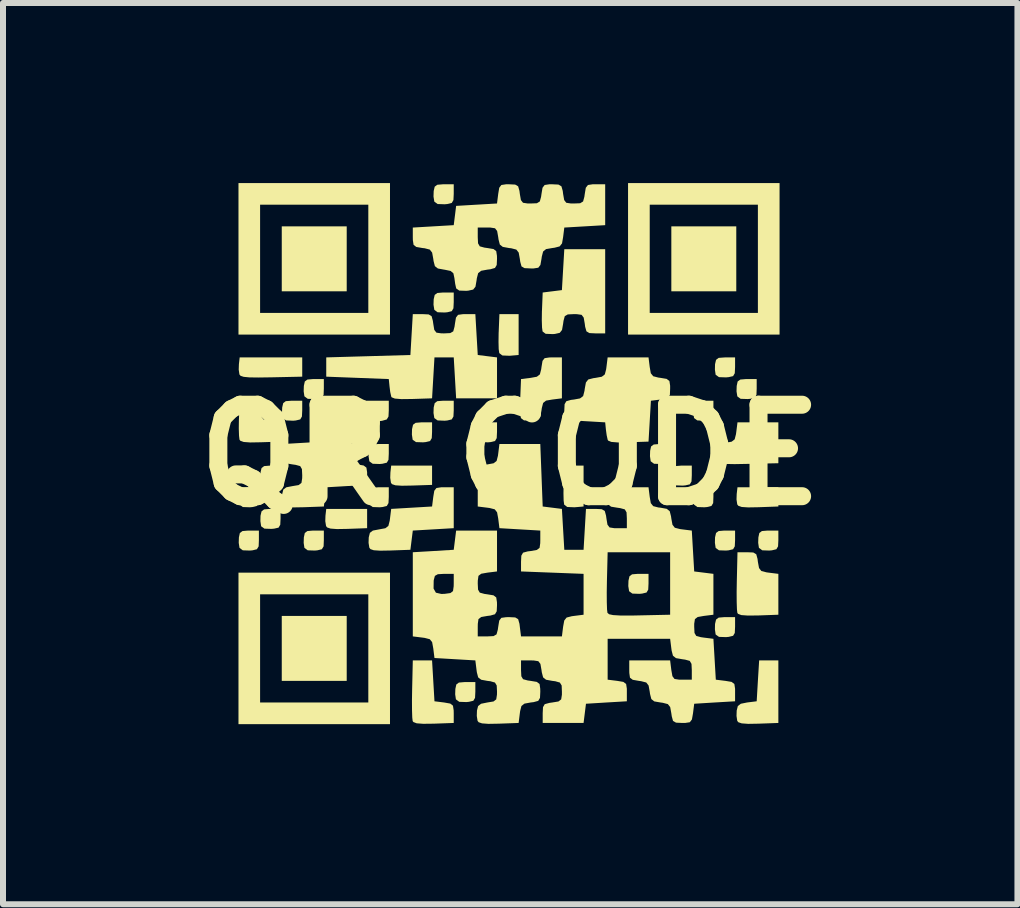
<source format=kicad_pcb>
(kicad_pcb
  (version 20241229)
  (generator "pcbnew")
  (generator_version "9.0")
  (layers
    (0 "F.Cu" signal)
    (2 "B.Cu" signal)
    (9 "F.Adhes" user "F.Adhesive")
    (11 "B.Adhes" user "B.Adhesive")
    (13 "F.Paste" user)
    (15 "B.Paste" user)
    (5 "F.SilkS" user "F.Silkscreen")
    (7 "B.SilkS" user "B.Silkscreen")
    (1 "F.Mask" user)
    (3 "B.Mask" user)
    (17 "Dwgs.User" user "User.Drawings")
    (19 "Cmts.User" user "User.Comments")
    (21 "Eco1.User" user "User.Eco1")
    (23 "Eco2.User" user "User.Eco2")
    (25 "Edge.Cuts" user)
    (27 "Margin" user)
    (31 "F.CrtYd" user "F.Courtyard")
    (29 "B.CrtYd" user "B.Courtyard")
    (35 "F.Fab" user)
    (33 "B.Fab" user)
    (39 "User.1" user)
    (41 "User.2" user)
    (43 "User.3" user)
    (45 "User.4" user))
  (footprint "QR CODE"
    (layer "F.Cu")
    (at 5.45 4.527)
    (property "Reference" "QR CODE" (at 0 0 0) (layer "F.SilkS") (effects (font (size 1.524 1.524) (thickness 0.3))))
    (attr board_only exclude_from_pos_files exclude_from_bom)
    (fp_poly (pts (xy -2.724 -2.724) (xy -3.806 -2.724) (xy -3.806 -3.806) (xy -2.724 -3.806)) (stroke (width 0) (type solid)) (fill yes) (layer "F.SilkS"))
    (fp_poly (pts (xy -2.724 3.766) (xy -3.806 3.766) (xy -3.806 2.684) (xy -2.724 2.684)) (stroke (width 0) (type solid)) (fill yes) (layer "F.SilkS"))
    (fp_poly (pts (xy 3.766 -2.724) (xy 2.684 -2.724) (xy 2.684 -3.806) (xy 3.766 -3.806)) (stroke (width 0) (type solid)) (fill yes) (layer "F.SilkS"))
    (fp_poly (pts (xy -2.384 1.222) (xy -2.715 1.234) (xy -2.887 1.237) (xy -2.994 1.229) (xy -3.05 1.21) (xy -3.068 1.187) (xy -3.081 1.105) (xy -3.078 1.015) (xy -3.065 0.901) (xy -2.384 0.901)) (stroke (width 0) (type solid)) (fill yes) (layer "F.SilkS"))
    (fp_poly (pts (xy -1.302 0.501) (xy -1.633 0.512) (xy -1.805 0.515) (xy -1.912 0.508) (xy -1.969 0.489) (xy -1.987 0.466) (xy -1.999 0.384) (xy -1.996 0.294) (xy -1.983 0.18) (xy -1.302 0.18)) (stroke (width 0) (type solid)) (fill yes) (layer "F.SilkS"))
    (fp_poly (pts (xy 0.14 -1.663) (xy -0.01 -1.65) (xy -0.131 -1.655) (xy -0.182 -1.694) (xy -0.192 -1.76) (xy -0.195 -1.881) (xy -0.193 -2.032) (xy -0.192 -2.047) (xy -0.18 -2.344) (xy 0.14 -2.344)) (stroke (width 0) (type solid)) (fill yes) (layer "F.SilkS"))
    (fp_poly (pts (xy 1.222 0.861) (xy 1.071 0.874) (xy 0.95 0.869) (xy 0.899 0.83) (xy 0.89 0.764) (xy 0.887 0.643) (xy 0.889 0.492) (xy 0.89 0.477) (xy 0.901 0.18) (xy 1.222 0.18)) (stroke (width 0) (type solid)) (fill yes) (layer "F.SilkS"))
    (fp_poly (pts (xy 4.467 0.861) (xy 4.136 0.873) (xy 3.964 0.876) (xy 3.857 0.869) (xy 3.8 0.849) (xy 3.782 0.826) (xy 3.77 0.744) (xy 3.773 0.654) (xy 3.786 0.541) (xy 4.467 0.541)) (stroke (width 0) (type solid)) (fill yes) (layer "F.SilkS"))
    (fp_poly (pts (xy -3.465 -1.302) (xy -3.977 -1.291) (xy -4.195 -1.288) (xy -4.346 -1.29) (xy -4.44 -1.299) (xy -4.492 -1.316) (xy -4.511 -1.338) (xy -4.523 -1.419) (xy -4.52 -1.509) (xy -4.507 -1.623) (xy -3.465 -1.623)) (stroke (width 0) (type solid)) (fill yes) (layer "F.SilkS"))
    (fp_poly (pts (xy -2.003 -2.003) (xy -4.527 -2.003) (xy -4.527 -2.364) (xy -4.167 -2.364) (xy -2.364 -2.364) (xy -2.364 -4.167) (xy -4.167 -4.167) (xy -4.167 -2.364) (xy -4.527 -2.364) (xy -4.527 -4.527) (xy -2.003 -4.527)) (stroke (width 0) (type solid)) (fill yes) (layer "F.SilkS"))
    (fp_poly (pts (xy -2.003 4.487) (xy -4.527 4.487) (xy -4.527 4.126) (xy -4.167 4.126) (xy -2.364 4.126) (xy -2.364 2.324) (xy -4.167 2.324) (xy -4.167 4.126) (xy -4.527 4.126) (xy -4.527 1.963) (xy -2.003 1.963)) (stroke (width 0) (type solid)) (fill yes) (layer "F.SilkS"))
    (fp_poly (pts (xy 4.487 -2.003) (xy 1.963 -2.003) (xy 1.963 -2.364) (xy 2.324 -2.364) (xy 4.126 -2.364) (xy 4.126 -4.167) (xy 2.324 -4.167) (xy 2.324 -2.364) (xy 1.963 -2.364) (xy 1.963 -4.527) (xy 4.487 -4.527)) (stroke (width 0) (type solid)) (fill yes) (layer "F.SilkS"))
    (fp_poly (pts (xy -4.187 0.701) (xy -4.191 0.804) (xy -4.22 0.852) (xy -4.293 0.87) (xy -4.337 0.874) (xy -4.455 0.87) (xy -4.509 0.83) (xy -4.51 0.827) (xy -4.523 0.745) (xy -4.52 0.654) (xy -4.504 0.581) (xy -4.46 0.549) (xy -4.365 0.541) (xy -4.347 0.541) (xy -4.187 0.541)) (stroke (width 0) (type solid)) (fill yes) (layer "F.SilkS"))
    (fp_poly (pts (xy -4.187 1.422) (xy -4.191 1.525) (xy -4.22 1.573) (xy -4.293 1.591) (xy -4.337 1.595) (xy -4.455 1.591) (xy -4.509 1.551) (xy -4.51 1.548) (xy -4.523 1.466) (xy -4.52 1.376) (xy -4.504 1.302) (xy -4.46 1.27) (xy -4.365 1.262) (xy -4.347 1.262) (xy -4.187 1.262)) (stroke (width 0) (type solid)) (fill yes) (layer "F.SilkS"))
    (fp_poly (pts (xy -3.826 0.341) (xy -3.831 0.444) (xy -3.859 0.492) (xy -3.933 0.509) (xy -3.977 0.513) (xy -4.094 0.509) (xy -4.149 0.47) (xy -4.15 0.467) (xy -4.162 0.384) (xy -4.16 0.294) (xy -4.143 0.221) (xy -4.1 0.188) (xy -4.005 0.18) (xy -3.986 0.18) (xy -3.826 0.18)) (stroke (width 0) (type solid)) (fill yes) (layer "F.SilkS"))
    (fp_poly (pts (xy -3.826 1.062) (xy -3.831 1.165) (xy -3.859 1.213) (xy -3.933 1.23) (xy -3.977 1.234) (xy -4.094 1.23) (xy -4.149 1.191) (xy -4.15 1.188) (xy -4.162 1.105) (xy -4.16 1.015) (xy -4.143 0.942) (xy -4.1 0.909) (xy -4.005 0.901) (xy -3.986 0.901) (xy -3.826 0.901)) (stroke (width 0) (type solid)) (fill yes) (layer "F.SilkS"))
    (fp_poly (pts (xy -3.465 -0.741) (xy -3.47 -0.638) (xy -3.498 -0.59) (xy -3.572 -0.572) (xy -3.616 -0.568) (xy -3.734 -0.573) (xy -3.788 -0.612) (xy -3.789 -0.615) (xy -3.802 -0.698) (xy -3.799 -0.788) (xy -3.782 -0.861) (xy -3.739 -0.894) (xy -3.644 -0.901) (xy -3.626 -0.901) (xy -3.465 -0.901)) (stroke (width 0) (type solid)) (fill yes) (layer "F.SilkS"))
    (fp_poly (pts (xy -3.105 -1.102) (xy -3.109 -0.999) (xy -3.138 -0.951) (xy -3.212 -0.933) (xy -3.255 -0.929) (xy -3.373 -0.933) (xy -3.427 -0.973) (xy -3.429 -0.976) (xy -3.441 -1.058) (xy -3.438 -1.148) (xy -3.422 -1.222) (xy -3.379 -1.254) (xy -3.284 -1.262) (xy -3.265 -1.262) (xy -3.105 -1.262)) (stroke (width 0) (type solid)) (fill yes) (layer "F.SilkS"))
    (fp_poly (pts (xy -3.105 1.422) (xy -3.109 1.525) (xy -3.138 1.573) (xy -3.212 1.591) (xy -3.255 1.595) (xy -3.373 1.591) (xy -3.427 1.551) (xy -3.429 1.548) (xy -3.441 1.466) (xy -3.438 1.376) (xy -3.422 1.302) (xy -3.379 1.27) (xy -3.284 1.262) (xy -3.265 1.262) (xy -3.105 1.262)) (stroke (width 0) (type solid)) (fill yes) (layer "F.SilkS"))
    (fp_poly (pts (xy -2.023 -0.02) (xy -2.028 0.083) (xy -2.056 0.131) (xy -2.13 0.149) (xy -2.174 0.153) (xy -2.291 0.149) (xy -2.346 0.109) (xy -2.347 0.106) (xy -2.36 0.023) (xy -2.357 -0.067) (xy -2.34 -0.14) (xy -2.297 -0.172) (xy -2.202 -0.18) (xy -2.183 -0.18) (xy -2.023 -0.18)) (stroke (width 0) (type solid)) (fill yes) (layer "F.SilkS"))
    (fp_poly (pts (xy -2.023 0.701) (xy -2.028 0.804) (xy -2.056 0.852) (xy -2.13 0.87) (xy -2.174 0.874) (xy -2.291 0.87) (xy -2.346 0.83) (xy -2.347 0.827) (xy -2.36 0.745) (xy -2.357 0.654) (xy -2.34 0.581) (xy -2.297 0.549) (xy -2.202 0.541) (xy -2.183 0.541) (xy -2.023 0.541)) (stroke (width 0) (type solid)) (fill yes) (layer "F.SilkS"))
    (fp_poly (pts (xy -1.302 -0.381) (xy -1.307 -0.278) (xy -1.335 -0.23) (xy -1.409 -0.212) (xy -1.453 -0.208) (xy -1.57 -0.212) (xy -1.625 -0.251) (xy -1.626 -0.255) (xy -1.638 -0.337) (xy -1.636 -0.427) (xy -1.619 -0.501) (xy -1.576 -0.533) (xy -1.481 -0.541) (xy -1.462 -0.541) (xy -1.302 -0.541)) (stroke (width 0) (type solid)) (fill yes) (layer "F.SilkS"))
    (fp_poly (pts (xy -0.941 -4.347) (xy -0.946 -4.244) (xy -0.974 -4.196) (xy -1.048 -4.178) (xy -1.092 -4.174) (xy -1.21 -4.178) (xy -1.264 -4.218) (xy -1.265 -4.221) (xy -1.278 -4.303) (xy -1.275 -4.394) (xy -1.258 -4.467) (xy -1.215 -4.499) (xy -1.12 -4.507) (xy -1.102 -4.507) (xy -0.941 -4.507)) (stroke (width 0) (type solid)) (fill yes) (layer "F.SilkS"))
    (fp_poly (pts (xy -0.941 -2.544) (xy -0.946 -2.441) (xy -0.974 -2.393) (xy -1.048 -2.375) (xy -1.092 -2.371) (xy -1.21 -2.375) (xy -1.264 -2.415) (xy -1.265 -2.418) (xy -1.278 -2.501) (xy -1.275 -2.591) (xy -1.258 -2.664) (xy -1.215 -2.696) (xy -1.12 -2.704) (xy -1.102 -2.704) (xy -0.941 -2.704)) (stroke (width 0) (type solid)) (fill yes) (layer "F.SilkS"))
    (fp_poly (pts (xy -0.941 -0.741) (xy -0.946 -0.638) (xy -0.974 -0.59) (xy -1.048 -0.572) (xy -1.092 -0.568) (xy -1.21 -0.573) (xy -1.264 -0.612) (xy -1.265 -0.615) (xy -1.278 -0.698) (xy -1.275 -0.788) (xy -1.258 -0.861) (xy -1.215 -0.894) (xy -1.12 -0.901) (xy -1.102 -0.901) (xy -0.941 -0.901)) (stroke (width 0) (type solid)) (fill yes) (layer "F.SilkS"))
    (fp_poly (pts (xy -0.581 3.946) (xy -0.586 4.049) (xy -0.614 4.097) (xy -0.688 4.115) (xy -0.731 4.119) (xy -0.849 4.115) (xy -0.903 4.075) (xy -0.905 4.072) (xy -0.917 3.99) (xy -0.914 3.9) (xy -0.898 3.826) (xy -0.855 3.794) (xy -0.76 3.786) (xy -0.741 3.786) (xy -0.581 3.786)) (stroke (width 0) (type solid)) (fill yes) (layer "F.SilkS"))
    (fp_poly (pts (xy -0.22 -0.381) (xy -0.225 -0.278) (xy -0.253 -0.23) (xy -0.327 -0.212) (xy -0.371 -0.208) (xy -0.489 -0.212) (xy -0.543 -0.251) (xy -0.544 -0.255) (xy -0.557 -0.337) (xy -0.554 -0.427) (xy -0.537 -0.501) (xy -0.494 -0.533) (xy -0.399 -0.541) (xy -0.381 -0.541) (xy -0.22 -0.541)) (stroke (width 0) (type solid)) (fill yes) (layer "F.SilkS"))
    (fp_poly (pts (xy 2.304 2.143) (xy 2.299 2.246) (xy 2.271 2.294) (xy 2.197 2.312) (xy 2.153 2.316) (xy 2.035 2.312) (xy 1.981 2.273) (xy 1.98 2.269) (xy 1.967 2.187) (xy 1.97 2.097) (xy 1.987 2.023) (xy 2.03 1.991) (xy 2.125 1.983) (xy 2.143 1.983) (xy 2.304 1.983)) (stroke (width 0) (type solid)) (fill yes) (layer "F.SilkS"))
    (fp_poly (pts (xy 2.664 -0.02) (xy 2.66 0.083) (xy 2.631 0.131) (xy 2.558 0.149) (xy 2.514 0.153) (xy 2.396 0.149) (xy 2.342 0.109) (xy 2.34 0.106) (xy 2.328 0.023) (xy 2.331 -0.067) (xy 2.347 -0.14) (xy 2.391 -0.172) (xy 2.486 -0.18) (xy 2.504 -0.18) (xy 2.664 -0.18)) (stroke (width 0) (type solid)) (fill yes) (layer "F.SilkS"))
    (fp_poly (pts (xy 3.025 0.341) (xy 3.02 0.444) (xy 2.992 0.492) (xy 2.918 0.509) (xy 2.874 0.513) (xy 2.757 0.509) (xy 2.702 0.47) (xy 2.701 0.467) (xy 2.688 0.384) (xy 2.691 0.294) (xy 2.708 0.221) (xy 2.751 0.188) (xy 2.846 0.18) (xy 2.865 0.18) (xy 3.025 0.18)) (stroke (width 0) (type solid)) (fill yes) (layer "F.SilkS"))
    (fp_poly (pts (xy 3.385 -0.741) (xy 3.381 -0.638) (xy 3.352 -0.59) (xy 3.279 -0.572) (xy 3.235 -0.568) (xy 3.117 -0.573) (xy 3.063 -0.612) (xy 3.062 -0.615) (xy 3.049 -0.698) (xy 3.052 -0.788) (xy 3.068 -0.861) (xy 3.112 -0.894) (xy 3.207 -0.901) (xy 3.225 -0.901) (xy 3.385 -0.901)) (stroke (width 0) (type solid)) (fill yes) (layer "F.SilkS"))
    (fp_poly (pts (xy 3.385 0.701) (xy 3.381 0.804) (xy 3.352 0.852) (xy 3.279 0.87) (xy 3.235 0.874) (xy 3.117 0.87) (xy 3.063 0.83) (xy 3.062 0.827) (xy 3.049 0.745) (xy 3.052 0.654) (xy 3.068 0.581) (xy 3.112 0.549) (xy 3.207 0.541) (xy 3.225 0.541) (xy 3.385 0.541)) (stroke (width 0) (type solid)) (fill yes) (layer "F.SilkS"))
    (fp_poly (pts (xy 3.746 -1.462) (xy 3.741 -1.359) (xy 3.713 -1.311) (xy 3.639 -1.294) (xy 3.595 -1.29) (xy 3.478 -1.294) (xy 3.423 -1.333) (xy 3.422 -1.336) (xy 3.41 -1.419) (xy 3.412 -1.509) (xy 3.429 -1.582) (xy 3.472 -1.615) (xy 3.567 -1.622) (xy 3.586 -1.623) (xy 3.746 -1.623)) (stroke (width 0) (type solid)) (fill yes) (layer "F.SilkS"))
    (fp_poly (pts (xy 3.746 1.422) (xy 3.741 1.525) (xy 3.713 1.573) (xy 3.639 1.591) (xy 3.595 1.595) (xy 3.478 1.591) (xy 3.423 1.551) (xy 3.422 1.548) (xy 3.41 1.466) (xy 3.412 1.376) (xy 3.429 1.302) (xy 3.472 1.27) (xy 3.567 1.262) (xy 3.586 1.262) (xy 3.746 1.262)) (stroke (width 0) (type solid)) (fill yes) (layer "F.SilkS"))
    (fp_poly (pts (xy 3.746 2.865) (xy 3.741 2.968) (xy 3.713 3.015) (xy 3.639 3.033) (xy 3.595 3.037) (xy 3.478 3.033) (xy 3.423 2.994) (xy 3.422 2.991) (xy 3.41 2.908) (xy 3.412 2.818) (xy 3.429 2.745) (xy 3.472 2.712) (xy 3.567 2.704) (xy 3.586 2.704) (xy 3.746 2.704)) (stroke (width 0) (type solid)) (fill yes) (layer "F.SilkS"))
    (fp_poly (pts (xy 4.106 -1.102) (xy 4.102 -0.999) (xy 4.074 -0.951) (xy 4 -0.933) (xy 3.956 -0.929) (xy 3.838 -0.933) (xy 3.784 -0.973) (xy 3.783 -0.976) (xy 3.77 -1.058) (xy 3.773 -1.148) (xy 3.789 -1.222) (xy 3.833 -1.254) (xy 3.928 -1.262) (xy 3.946 -1.262) (xy 4.106 -1.262)) (stroke (width 0) (type solid)) (fill yes) (layer "F.SilkS"))
    (fp_poly (pts (xy 4.467 1.422) (xy 4.462 1.525) (xy 4.434 1.573) (xy 4.36 1.591) (xy 4.316 1.595) (xy 4.199 1.591) (xy 4.145 1.551) (xy 4.143 1.548) (xy 4.131 1.466) (xy 4.134 1.376) (xy 4.15 1.302) (xy 4.193 1.27) (xy 4.288 1.262) (xy 4.307 1.262) (xy 4.467 1.262)) (stroke (width 0) (type solid)) (fill yes) (layer "F.SilkS"))
    (fp_poly (pts (xy 4.467 4.467) (xy 4.136 4.479) (xy 3.964 4.482) (xy 3.857 4.474) (xy 3.8 4.455) (xy 3.782 4.432) (xy 3.77 4.35) (xy 3.773 4.26) (xy 3.792 4.185) (xy 3.842 4.147) (xy 3.946 4.126) (xy 4.106 4.106) (xy 4.126 3.766) (xy 4.147 3.425) (xy 4.467 3.425)) (stroke (width 0) (type solid)) (fill yes) (layer "F.SilkS"))
    (fp_poly (pts (xy 4.467 0.14) (xy 3.955 0.151) (xy 3.737 0.155) (xy 3.587 0.152) (xy 3.492 0.143) (xy 3.441 0.127) (xy 3.422 0.105) (xy 3.409 0.023) (xy 3.412 -0.067) (xy 3.431 -0.142) (xy 3.482 -0.18) (xy 3.586 -0.2) (xy 3.689 -0.219) (xy 3.739 -0.258) (xy 3.761 -0.344) (xy 3.766 -0.381) (xy 3.786 -0.541) (xy 4.467 -0.541)) (stroke (width 0) (type solid)) (fill yes) (layer "F.SilkS"))
    (fp_poly (pts (xy -1.282 3.766) (xy -1.262 4.106) (xy -1.102 4.126) (xy -0.999 4.144) (xy -0.954 4.179) (xy -0.942 4.257) (xy -0.941 4.307) (xy -0.941 4.467) (xy -1.273 4.479) (xy -1.449 4.481) (xy -1.558 4.473) (xy -1.613 4.452) (xy -1.625 4.436) (xy -1.632 4.377) (xy -1.636 4.255) (xy -1.637 4.089) (xy -1.634 3.904) (xy -1.623 3.425) (xy -1.302 3.425)) (stroke (width 0) (type solid)) (fill yes) (layer "F.SilkS"))
    (fp_poly (pts (xy 4.049 1.627) (xy 4.099 1.657) (xy 4.12 1.734) (xy 4.126 1.783) (xy 4.145 1.886) (xy 4.184 1.936) (xy 4.27 1.958) (xy 4.307 1.963) (xy 4.467 1.983) (xy 4.467 2.664) (xy 4.136 2.676) (xy 3.96 2.678) (xy 3.85 2.67) (xy 3.795 2.649) (xy 3.784 2.633) (xy 3.777 2.574) (xy 3.773 2.452) (xy 3.772 2.286) (xy 3.775 2.101) (xy 3.786 1.623) (xy 3.946 1.623)) (stroke (width 0) (type solid)) (fill yes) (layer "F.SilkS"))
    (fp_poly (pts (xy -4.244 -0.897) (xy -4.195 -0.867) (xy -4.173 -0.79) (xy -4.167 -0.741) (xy -4.148 -0.638) (xy -4.109 -0.588) (xy -4.023 -0.566) (xy -3.986 -0.561) (xy -3.884 -0.543) (xy -3.838 -0.508) (xy -3.826 -0.43) (xy -3.826 -0.381) (xy -3.826 -0.22) (xy -4.157 -0.209) (xy -4.332 -0.206) (xy -4.44 -0.214) (xy -4.496 -0.234) (xy -4.51 -0.253) (xy -4.518 -0.318) (xy -4.522 -0.438) (xy -4.52 -0.589) (xy -4.519 -0.605) (xy -4.507 -0.901) (xy -4.347 -0.901)) (stroke (width 0) (type solid)) (fill yes) (layer "F.SilkS"))
    (fp_poly (pts (xy 0.861 -0.941) (xy 0.701 -0.921) (xy 0.597 -0.903) (xy 0.548 -0.864) (xy 0.526 -0.778) (xy 0.521 -0.741) (xy 0.502 -0.638) (xy 0.465 -0.59) (xy 0.384 -0.572) (xy 0.35 -0.568) (xy 0.229 -0.574) (xy 0.178 -0.612) (xy 0.169 -0.678) (xy 0.165 -0.799) (xy 0.168 -0.95) (xy 0.168 -0.965) (xy 0.18 -1.262) (xy 0.341 -1.282) (xy 0.444 -1.301) (xy 0.494 -1.34) (xy 0.516 -1.425) (xy 0.521 -1.462) (xy 0.538 -1.565) (xy 0.573 -1.61) (xy 0.652 -1.622) (xy 0.701 -1.623) (xy 0.861 -1.623)) (stroke (width 0) (type solid)) (fill yes) (layer "F.SilkS"))
    (fp_poly (pts (xy -0.941 1.222) (xy -1.282 1.242) (xy -1.623 1.262) (xy -1.643 1.422) (xy -1.663 1.582) (xy -1.994 1.594) (xy -2.166 1.597) (xy -2.273 1.59) (xy -2.329 1.571) (xy -2.347 1.547) (xy -2.36 1.466) (xy -2.357 1.376) (xy -2.338 1.3) (xy -2.288 1.262) (xy -2.183 1.242) (xy -2.08 1.223) (xy -2.03 1.184) (xy -2.008 1.099) (xy -2.003 1.062) (xy -1.983 0.901) (xy -1.643 0.881) (xy -1.302 0.861) (xy -1.282 0.701) (xy -1.265 0.599) (xy -1.229 0.553) (xy -1.151 0.541) (xy -1.102 0.541) (xy -0.941 0.541)) (stroke (width 0) (type solid)) (fill yes) (layer "F.SilkS"))
    (fp_poly (pts (xy 1.582 -2.023) (xy 1.422 -2.023) (xy 1.319 -2.028) (xy 1.27 -2.057) (xy 1.248 -2.134) (xy 1.242 -2.183) (xy 1.224 -2.286) (xy 1.189 -2.332) (xy 1.111 -2.343) (xy 1.062 -2.344) (xy 0.959 -2.339) (xy 0.909 -2.31) (xy 0.888 -2.233) (xy 0.881 -2.183) (xy 0.863 -2.08) (xy 0.825 -2.032) (xy 0.745 -2.014) (xy 0.711 -2.011) (xy 0.59 -2.016) (xy 0.539 -2.055) (xy 0.53 -2.12) (xy 0.526 -2.241) (xy 0.528 -2.392) (xy 0.529 -2.408) (xy 0.541 -2.704) (xy 0.701 -2.724) (xy 0.861 -2.744) (xy 0.881 -3.085) (xy 0.901 -3.425) (xy 1.582 -3.425)) (stroke (width 0) (type solid)) (fill yes) (layer "F.SilkS"))
    (fp_poly (pts (xy -1.359 -2.339) (xy -1.31 -2.31) (xy -1.289 -2.233) (xy -1.282 -2.183) (xy -1.265 -2.081) (xy -1.229 -2.035) (xy -1.151 -2.024) (xy -1.102 -2.023) (xy -0.999 -2.028) (xy -0.949 -2.057) (xy -0.928 -2.134) (xy -0.921 -2.183) (xy -0.904 -2.286) (xy -0.869 -2.332) (xy -0.79 -2.343) (xy -0.741 -2.344) (xy -0.581 -2.344) (xy -0.561 -2.003) (xy -0.541 -1.663) (xy -0.381 -1.643) (xy -0.22 -1.623) (xy -0.22 -0.941) (xy -0.901 -0.941) (xy -0.921 -1.282) (xy -0.941 -1.623) (xy -1.262 -1.623) (xy -1.282 -1.282) (xy -1.302 -0.941) (xy -1.633 -0.93) (xy -1.812 -0.928) (xy -1.922 -0.937) (xy -1.975 -0.958) (xy -1.982 -0.97) (xy -1.999 -1.046) (xy -2.011 -1.142) (xy -2.023 -1.262) (xy -2.544 -1.282) (xy -3.065 -1.302) (xy -3.065 -1.623) (xy -2.364 -1.643) (xy -1.663 -1.663) (xy -1.643 -2.003) (xy -1.623 -2.344) (xy -1.462 -2.344)) (stroke (width 0) (type solid)) (fill yes) (layer "F.SilkS"))
    (fp_poly (pts (xy 2.324 -1.462) (xy 2.342 -1.359) (xy 2.382 -1.309) (xy 2.467 -1.287) (xy 2.504 -1.282) (xy 2.606 -1.265) (xy 2.652 -1.229) (xy 2.664 -1.151) (xy 2.664 -1.102) (xy 2.66 -0.999) (xy 2.63 -0.949) (xy 2.553 -0.928) (xy 2.504 -0.921) (xy 2.344 -0.901) (xy 2.324 -0.561) (xy 2.304 -0.22) (xy 1.972 -0.209) (xy 1.794 -0.206) (xy 1.684 -0.215) (xy 1.631 -0.237) (xy 1.624 -0.249) (xy 1.607 -0.325) (xy 1.594 -0.421) (xy 1.582 -0.541) (xy 1.242 -0.561) (xy 0.901 -0.581) (xy 0.901 -0.741) (xy 0.906 -0.844) (xy 0.935 -0.893) (xy 1.012 -0.915) (xy 1.062 -0.921) (xy 1.165 -0.94) (xy 1.215 -0.979) (xy 1.237 -1.065) (xy 1.242 -1.102) (xy 1.261 -1.205) (xy 1.3 -1.255) (xy 1.385 -1.277) (xy 1.422 -1.282) (xy 1.526 -1.301) (xy 1.576 -1.34) (xy 1.598 -1.425) (xy 1.603 -1.462) (xy 1.623 -1.623) (xy 2.304 -1.623)) (stroke (width 0) (type solid)) (fill yes) (layer "F.SilkS"))
    (fp_poly (pts (xy -2.023 -0.741) (xy -2.028 -0.638) (xy -2.057 -0.589) (xy -2.134 -0.567) (xy -2.183 -0.561) (xy -2.287 -0.542) (xy -2.337 -0.503) (xy -2.359 -0.418) (xy -2.364 -0.381) (xy -2.383 -0.277) (xy -2.422 -0.227) (xy -2.507 -0.205) (xy -2.544 -0.2) (xy -2.646 -0.183) (xy -2.692 -0.148) (xy -2.704 -0.069) (xy -2.704 -0.02) (xy -2.7 0.083) (xy -2.67 0.132) (xy -2.593 0.154) (xy -2.544 0.16) (xy -2.442 0.178) (xy -2.396 0.213) (xy -2.384 0.291) (xy -2.384 0.341) (xy -2.384 0.501) (xy -2.724 0.521) (xy -3.065 0.541) (xy -3.085 0.701) (xy -3.105 0.861) (xy -3.436 0.873) (xy -3.608 0.876) (xy -3.715 0.869) (xy -3.771 0.849) (xy -3.79 0.826) (xy -3.802 0.744) (xy -3.799 0.654) (xy -3.78 0.579) (xy -3.73 0.541) (xy -3.626 0.521) (xy -3.523 0.503) (xy -3.478 0.468) (xy -3.466 0.39) (xy -3.465 0.341) (xy -3.47 0.238) (xy -3.499 0.188) (xy -3.576 0.167) (xy -3.626 0.16) (xy -3.728 0.143) (xy -3.774 0.108) (xy -3.786 0.029) (xy -3.786 -0.02) (xy -3.786 -0.18) (xy -3.445 -0.2) (xy -3.105 -0.22) (xy -3.085 -0.561) (xy -3.065 -0.901) (xy -2.023 -0.901)) (stroke (width 0) (type solid)) (fill yes) (layer "F.SilkS"))
    (fp_poly (pts (xy 1.582 -3.826) (xy 1.242 -3.806) (xy 0.901 -3.786) (xy 0.881 -3.626) (xy 0.863 -3.522) (xy 0.823 -3.472) (xy 0.738 -3.45) (xy 0.701 -3.445) (xy 0.597 -3.427) (xy 0.548 -3.387) (xy 0.526 -3.302) (xy 0.521 -3.265) (xy 0.503 -3.163) (xy 0.468 -3.117) (xy 0.39 -3.105) (xy 0.341 -3.105) (xy 0.238 -3.11) (xy 0.188 -3.139) (xy 0.167 -3.216) (xy 0.16 -3.265) (xy 0.141 -3.369) (xy 0.102 -3.419) (xy 0.017 -3.441) (xy -0.02 -3.445) (xy -0.124 -3.464) (xy -0.173 -3.503) (xy -0.195 -3.589) (xy -0.2 -3.626) (xy -0.218 -3.728) (xy -0.253 -3.774) (xy -0.331 -3.786) (xy -0.381 -3.786) (xy -0.541 -3.786) (xy -0.541 -3.626) (xy -0.536 -3.523) (xy -0.507 -3.473) (xy -0.43 -3.452) (xy -0.381 -3.445) (xy -0.278 -3.428) (xy -0.233 -3.393) (xy -0.221 -3.314) (xy -0.22 -3.265) (xy -0.225 -3.162) (xy -0.254 -3.113) (xy -0.331 -3.091) (xy -0.381 -3.085) (xy -0.484 -3.066) (xy -0.534 -3.027) (xy -0.556 -2.942) (xy -0.561 -2.905) (xy -0.579 -2.801) (xy -0.617 -2.753) (xy -0.698 -2.735) (xy -0.731 -2.732) (xy -0.849 -2.736) (xy -0.9 -2.772) (xy -0.917 -2.849) (xy -0.93 -2.945) (xy -0.947 -3.024) (xy -0.993 -3.063) (xy -1.093 -3.084) (xy -1.102 -3.085) (xy -1.205 -3.104) (xy -1.255 -3.143) (xy -1.277 -3.228) (xy -1.282 -3.265) (xy -1.301 -3.369) (xy -1.34 -3.419) (xy -1.425 -3.441) (xy -1.462 -3.445) (xy -1.565 -3.463) (xy -1.61 -3.498) (xy -1.622 -3.576) (xy -1.623 -3.626) (xy -1.623 -3.786) (xy -1.282 -3.806) (xy -0.941 -3.826) (xy -0.921 -3.986) (xy -0.901 -4.147) (xy -0.561 -4.167) (xy -0.22 -4.187) (xy -0.2 -4.347) (xy -0.183 -4.449) (xy -0.148 -4.495) (xy -0.069 -4.507) (xy -0.02 -4.507) (xy 0.083 -4.502) (xy 0.132 -4.473) (xy 0.154 -4.396) (xy 0.16 -4.347) (xy 0.178 -4.244) (xy 0.213 -4.199) (xy 0.291 -4.187) (xy 0.341 -4.187) (xy 0.444 -4.191) (xy 0.493 -4.221) (xy 0.514 -4.298) (xy 0.521 -4.347) (xy 0.538 -4.449) (xy 0.573 -4.495) (xy 0.652 -4.507) (xy 0.701 -4.507) (xy 0.804 -4.502) (xy 0.853 -4.473) (xy 0.875 -4.396) (xy 0.881 -4.347) (xy 0.899 -4.244) (xy 0.934 -4.199) (xy 1.012 -4.187) (xy 1.062 -4.187) (xy 1.165 -4.191) (xy 1.214 -4.221) (xy 1.235 -4.298) (xy 1.242 -4.347) (xy 1.259 -4.449) (xy 1.295 -4.495) (xy 1.373 -4.507) (xy 1.422 -4.507) (xy 1.582 -4.507)) (stroke (width 0) (type solid)) (fill yes) (layer "F.SilkS"))
    (fp_poly (pts (xy 0.521 0.341) (xy 0.541 0.861) (xy 0.701 0.881) (xy 0.861 0.901) (xy 0.881 1.242) (xy 0.901 1.582) (xy 1.222 1.582) (xy 1.242 1.242) (xy 1.262 0.901) (xy 1.422 0.901) (xy 1.525 0.906) (xy 1.575 0.935) (xy 1.596 1.012) (xy 1.603 1.062) (xy 1.62 1.164) (xy 1.655 1.21) (xy 1.733 1.222) (xy 1.783 1.222) (xy 1.943 1.222) (xy 1.943 1.062) (xy 1.938 0.959) (xy 1.909 0.909) (xy 1.832 0.888) (xy 1.783 0.881) (xy 1.68 0.864) (xy 1.635 0.829) (xy 1.623 0.75) (xy 1.623 0.701) (xy 1.623 0.541) (xy 2.304 0.541) (xy 2.324 0.701) (xy 2.342 0.805) (xy 2.382 0.855) (xy 2.467 0.877) (xy 2.504 0.881) (xy 2.608 0.9) (xy 2.657 0.939) (xy 2.679 1.025) (xy 2.684 1.062) (xy 2.703 1.165) (xy 2.742 1.215) (xy 2.828 1.237) (xy 2.865 1.242) (xy 3.025 1.262) (xy 3.045 1.603) (xy 3.065 1.943) (xy 3.225 1.963) (xy 3.385 1.983) (xy 3.385 2.664) (xy 3.225 2.684) (xy 3.123 2.702) (xy 3.077 2.737) (xy 3.065 2.815) (xy 3.065 2.865) (xy 3.07 2.968) (xy 3.099 3.017) (xy 3.176 3.038) (xy 3.225 3.045) (xy 3.385 3.065) (xy 3.425 3.746) (xy 3.586 3.766) (xy 3.688 3.783) (xy 3.734 3.818) (xy 3.746 3.897) (xy 3.746 3.946) (xy 3.746 4.106) (xy 3.405 4.126) (xy 3.065 4.147) (xy 3.045 4.307) (xy 3.027 4.409) (xy 2.992 4.455) (xy 2.914 4.467) (xy 2.865 4.467) (xy 2.762 4.462) (xy 2.712 4.433) (xy 2.691 4.356) (xy 2.684 4.307) (xy 2.665 4.203) (xy 2.626 4.153) (xy 2.541 4.131) (xy 2.504 4.126) (xy 2.4 4.108) (xy 2.351 4.069) (xy 2.329 3.983) (xy 2.324 3.946) (xy 2.305 3.843) (xy 2.266 3.793) (xy 2.18 3.771) (xy 2.143 3.766) (xy 2.041 3.748) (xy 1.995 3.713) (xy 1.984 3.635) (xy 1.983 3.586) (xy 1.983 3.425) (xy 2.664 3.425) (xy 2.684 3.586) (xy 2.702 3.688) (xy 2.737 3.734) (xy 2.815 3.746) (xy 2.865 3.746) (xy 3.025 3.746) (xy 3.025 3.586) (xy 3.02 3.483) (xy 2.991 3.433) (xy 2.914 3.412) (xy 2.865 3.405) (xy 2.761 3.387) (xy 2.711 3.347) (xy 2.689 3.262) (xy 2.684 3.225) (xy 2.664 3.065) (xy 1.623 3.065) (xy 1.623 3.746) (xy 1.783 3.766) (xy 1.885 3.783) (xy 1.931 3.818) (xy 1.943 3.897) (xy 1.943 3.946) (xy 1.943 4.106) (xy 1.603 4.126) (xy 1.262 4.147) (xy 1.242 4.307) (xy 1.222 4.467) (xy 0.541 4.467) (xy 0.541 4.307) (xy 0.546 4.204) (xy 0.575 4.154) (xy 0.652 4.133) (xy 0.701 4.126) (xy 0.804 4.109) (xy 0.849 4.074) (xy 0.861 3.996) (xy 0.861 3.946) (xy 0.857 3.843) (xy 0.827 3.794) (xy 0.75 3.772) (xy 0.701 3.766) (xy 0.597 3.747) (xy 0.548 3.708) (xy 0.526 3.623) (xy 0.521 3.586) (xy 0.503 3.483) (xy 0.468 3.438) (xy 0.39 3.426) (xy 0.341 3.425) (xy 0.18 3.425) (xy 0.18 3.586) (xy 0.185 3.689) (xy 0.214 3.738) (xy 0.291 3.759) (xy 0.341 3.766) (xy 0.443 3.783) (xy 0.489 3.818) (xy 0.5 3.897) (xy 0.501 3.946) (xy 0.496 4.049) (xy 0.467 4.099) (xy 0.39 4.12) (xy 0.341 4.126) (xy 0.237 4.145) (xy 0.187 4.184) (xy 0.165 4.27) (xy 0.16 4.307) (xy 0.14 4.467) (xy -0.191 4.479) (xy -0.363 4.482) (xy -0.47 4.474) (xy -0.526 4.455) (xy -0.544 4.432) (xy -0.557 4.35) (xy -0.554 4.26) (xy -0.535 4.185) (xy -0.485 4.147) (xy -0.381 4.126) (xy -0.278 4.109) (xy -0.233 4.074) (xy -0.221 3.996) (xy -0.22 3.946) (xy -0.225 3.843) (xy -0.254 3.794) (xy -0.331 3.772) (xy -0.381 3.766) (xy -0.484 3.747) (xy -0.534 3.708) (xy -0.556 3.623) (xy -0.561 3.586) (xy -0.581 3.425) (xy -1.262 3.385) (xy -1.282 3.225) (xy -1.301 3.121) (xy -1.34 3.072) (xy -1.425 3.05) (xy -1.462 3.045) (xy -1.623 3.025) (xy -1.623 2.228) (xy -1.277 2.228) (xy -1.238 2.297) (xy -1.147 2.318) (xy -1.092 2.316) (xy -0.996 2.303) (xy -0.953 2.27) (xy -0.942 2.19) (xy -0.941 2.143) (xy -0.941 1.983) (xy -1.102 1.983) (xy -1.206 1.989) (xy -1.255 2.017) (xy -1.273 2.084) (xy -1.275 2.097) (xy -1.277 2.228) (xy -1.623 2.228) (xy -1.623 1.623) (xy -1.282 1.603) (xy -0.941 1.582) (xy -0.921 1.422) (xy -0.901 1.262) (xy -0.22 1.262) (xy -0.22 1.943) (xy -0.381 1.963) (xy -0.483 1.981) (xy -0.529 2.016) (xy -0.54 2.094) (xy -0.541 2.143) (xy -0.536 2.246) (xy -0.507 2.296) (xy -0.43 2.317) (xy -0.381 2.324) (xy -0.278 2.341) (xy -0.233 2.376) (xy -0.221 2.455) (xy -0.22 2.504) (xy -0.225 2.607) (xy -0.254 2.656) (xy -0.331 2.678) (xy -0.381 2.684) (xy -0.483 2.702) (xy -0.529 2.737) (xy -0.54 2.815) (xy -0.541 2.865) (xy -0.541 3.025) (xy -0.381 3.025) (xy -0.278 3.02) (xy -0.228 2.991) (xy -0.207 2.914) (xy -0.2 2.865) (xy -0.183 2.762) (xy -0.148 2.716) (xy -0.069 2.705) (xy -0.02 2.704) (xy 0.083 2.709) (xy 0.132 2.738) (xy 0.154 2.815) (xy 0.16 2.865) (xy 0.18 3.025) (xy 0.861 3.025) (xy 0.881 2.865) (xy 0.9 2.761) (xy 0.939 2.711) (xy 1.025 2.689) (xy 1.062 2.684) (xy 1.222 2.664) (xy 1.222 2.293) (xy 1.608 2.293) (xy 1.609 2.457) (xy 1.613 2.577) (xy 1.62 2.633) (xy 1.647 2.656) (xy 1.714 2.67) (xy 1.832 2.677) (xy 2.013 2.678) (xy 2.153 2.675) (xy 2.664 2.664) (xy 2.664 1.623) (xy 1.623 1.623) (xy 1.611 2.101) (xy 1.608 2.293) (xy 1.222 2.293) (xy 1.222 1.983) (xy 0.701 1.963) (xy 0.18 1.943) (xy 0.18 1.783) (xy 0.185 1.68) (xy 0.214 1.63) (xy 0.291 1.609) (xy 0.341 1.603) (xy 0.443 1.585) (xy 0.489 1.55) (xy 0.5 1.472) (xy 0.501 1.422) (xy 0.501 1.262) (xy 0.16 1.242) (xy -0.18 1.222) (xy -0.2 1.062) (xy -0.219 0.958) (xy -0.258 0.908) (xy -0.344 0.886) (xy -0.381 0.881) (xy -0.541 0.861) (xy -0.541 0.18) (xy -0.381 0.16) (xy -0.277 0.141) (xy -0.227 0.102) (xy -0.205 0.017) (xy -0.2 -0.02) (xy -0.18 -0.18) (xy 0.501 -0.18)) (stroke (width 0) (type solid)) (fill yes) (layer "F.SilkS")))
  (gr_rect
    (start -3 -3)
    (end 13.9 12.014)
    (stroke (width 0.1) (type default))
    (fill no)
    (layer "Edge.Cuts")))
</source>
